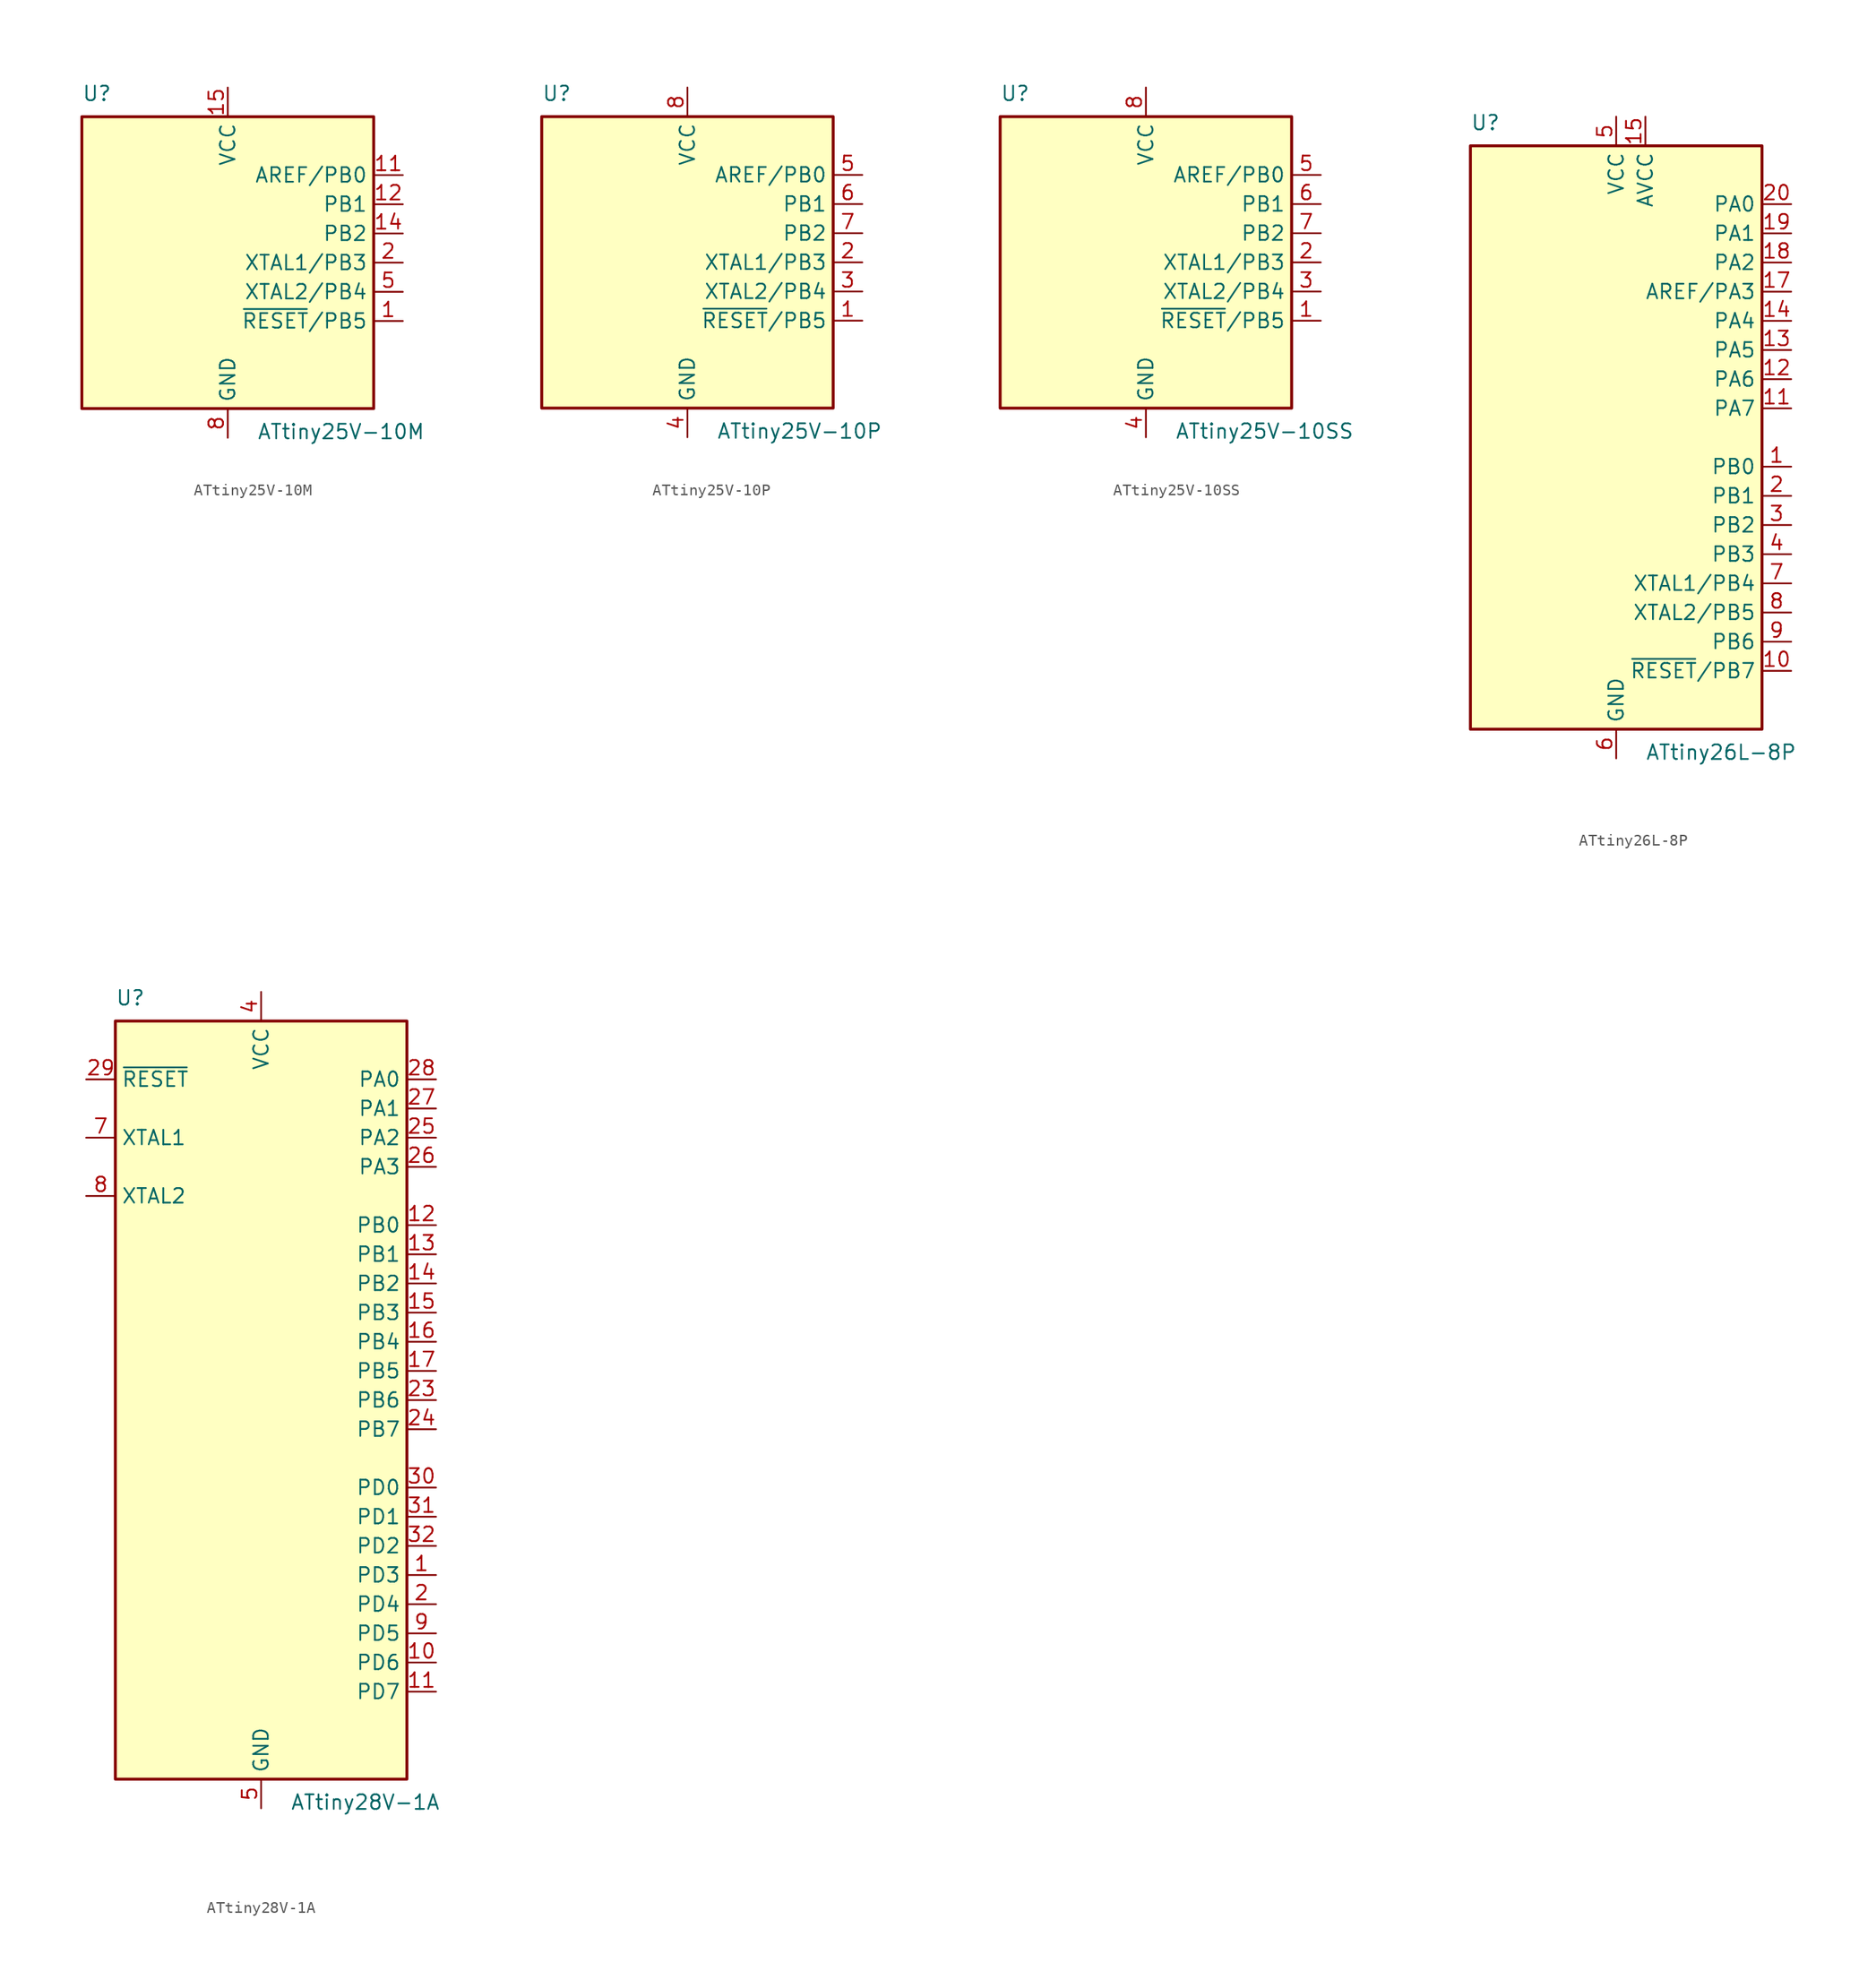
<source format=kicad_sym>
(kicad_symbol_lib
  (version 20211014)
  (generator kicad_symbol_editor)
  (symbol "ATtiny25V-10M"
    (property "Reference" "U"
      (at -12.7 13.97 0)
      (effects (font (size 1.27 1.27)) (justify left bottom)))
    (property "Value" "ATtiny25V-10M"
      (at 2.54 -13.97 0)
      (effects (font (size 1.27 1.27)) (justify left top)))
    (symbol "ATtiny25V-10M_0_1"
      (rectangle (start -12.7 -12.7) (end 12.7 12.7) (stroke (width 0.254) (type default) (color 0 0 0 0)) (fill (type background))))
    (symbol "ATtiny25V-10M_1_1"
      (pin bidirectional line (at 15.24 -5.08 180) (length 2.54) (name "~{RESET}/PB5" (effects (font (size 1.27 1.27)))) (number "1" (effects (font (size 1.27 1.27)))))
      (pin no_connect line (at -12.7 -2.54 0) (length 2.54) hide (name "NC" (effects (font (size 1.27 1.27)))) (number "10" (effects (font (size 1.27 1.27)))))
      (pin bidirectional line (at 15.24 7.62 180) (length 2.54) (name "AREF/PB0" (effects (font (size 1.27 1.27)))) (number "11" (effects (font (size 1.27 1.27)))))
      (pin bidirectional line (at 15.24 5.08 180) (length 2.54) (name "PB1" (effects (font (size 1.27 1.27)))) (number "12" (effects (font (size 1.27 1.27)))))
      (pin no_connect line (at -12.7 -5.08 0) (length 2.54) hide (name "NC" (effects (font (size 1.27 1.27)))) (number "13" (effects (font (size 1.27 1.27)))))
      (pin bidirectional line (at 15.24 2.54 180) (length 2.54) (name "PB2" (effects (font (size 1.27 1.27)))) (number "14" (effects (font (size 1.27 1.27)))))
      (pin power_in line (at 0 15.24 270) (length 2.54) (name "VCC" (effects (font (size 1.27 1.27)))) (number "15" (effects (font (size 1.27 1.27)))))
      (pin no_connect line (at -12.7 -7.62 0) (length 2.54) hide (name "NC" (effects (font (size 1.27 1.27)))) (number "16" (effects (font (size 1.27 1.27)))))
      (pin no_connect line (at -12.7 -10.16 0) (length 2.54) hide (name "NC" (effects (font (size 1.27 1.27)))) (number "17" (effects (font (size 1.27 1.27)))))
      (pin no_connect line (at -7.62 -12.7 90) (length 2.54) hide (name "NC" (effects (font (size 1.27 1.27)))) (number "18" (effects (font (size 1.27 1.27)))))
      (pin no_connect line (at -5.08 -12.7 90) (length 2.54) hide (name "NC" (effects (font (size 1.27 1.27)))) (number "19" (effects (font (size 1.27 1.27)))))
      (pin bidirectional line (at 15.24 0 180) (length 2.54) (name "XTAL1/PB3" (effects (font (size 1.27 1.27)))) (number "2" (effects (font (size 1.27 1.27)))))
      (pin no_connect line (at -2.54 -12.7 90) (length 2.54) hide (name "NC" (effects (font (size 1.27 1.27)))) (number "20" (effects (font (size 1.27 1.27)))))
      (pin passive line (at 0 -15.24 90) (length 2.54) hide (name "GND" (effects (font (size 1.27 1.27)))) (number "21" (effects (font (size 1.27 1.27)))))
      (pin no_connect line (at -12.7 10.16 0) (length 2.54) hide (name "NC" (effects (font (size 1.27 1.27)))) (number "3" (effects (font (size 1.27 1.27)))))
      (pin no_connect line (at -12.7 7.62 0) (length 2.54) hide (name "NC" (effects (font (size 1.27 1.27)))) (number "4" (effects (font (size 1.27 1.27)))))
      (pin bidirectional line (at 15.24 -2.54 180) (length 2.54) (name "XTAL2/PB4" (effects (font (size 1.27 1.27)))) (number "5" (effects (font (size 1.27 1.27)))))
      (pin no_connect line (at -12.7 5.08 0) (length 2.54) hide (name "NC" (effects (font (size 1.27 1.27)))) (number "6" (effects (font (size 1.27 1.27)))))
      (pin no_connect line (at -12.7 2.54 0) (length 2.54) hide (name "NC" (effects (font (size 1.27 1.27)))) (number "7" (effects (font (size 1.27 1.27)))))
      (pin power_in line (at 0 -15.24 90) (length 2.54) (name "GND" (effects (font (size 1.27 1.27)))) (number "8" (effects (font (size 1.27 1.27)))))
      (pin no_connect line (at -12.7 0 0) (length 2.54) hide (name "NC" (effects (font (size 1.27 1.27)))) (number "9" (effects (font (size 1.27 1.27)))))))
  (symbol "ATtiny25V-10P"
    (property "Reference" "U"
      (at -12.7 13.97 0)
      (effects (font (size 1.27 1.27)) (justify left bottom)))
    (property "Value" "ATtiny25V-10P"
      (at 2.54 -13.97 0)
      (effects (font (size 1.27 1.27)) (justify left top)))
    (symbol "ATtiny25V-10P_0_1"
      (rectangle (start -12.7 -12.7) (end 12.7 12.7) (stroke (width 0.254) (type default) (color 0 0 0 0)) (fill (type background))))
    (symbol "ATtiny25V-10P_1_1"
      (pin bidirectional line (at 15.24 -5.08 180) (length 2.54) (name "~{RESET}/PB5" (effects (font (size 1.27 1.27)))) (number "1" (effects (font (size 1.27 1.27)))))
      (pin bidirectional line (at 15.24 0 180) (length 2.54) (name "XTAL1/PB3" (effects (font (size 1.27 1.27)))) (number "2" (effects (font (size 1.27 1.27)))))
      (pin bidirectional line (at 15.24 -2.54 180) (length 2.54) (name "XTAL2/PB4" (effects (font (size 1.27 1.27)))) (number "3" (effects (font (size 1.27 1.27)))))
      (pin power_in line (at 0 -15.24 90) (length 2.54) (name "GND" (effects (font (size 1.27 1.27)))) (number "4" (effects (font (size 1.27 1.27)))))
      (pin bidirectional line (at 15.24 7.62 180) (length 2.54) (name "AREF/PB0" (effects (font (size 1.27 1.27)))) (number "5" (effects (font (size 1.27 1.27)))))
      (pin bidirectional line (at 15.24 5.08 180) (length 2.54) (name "PB1" (effects (font (size 1.27 1.27)))) (number "6" (effects (font (size 1.27 1.27)))))
      (pin bidirectional line (at 15.24 2.54 180) (length 2.54) (name "PB2" (effects (font (size 1.27 1.27)))) (number "7" (effects (font (size 1.27 1.27)))))
      (pin power_in line (at 0 15.24 270) (length 2.54) (name "VCC" (effects (font (size 1.27 1.27)))) (number "8" (effects (font (size 1.27 1.27)))))))
  (symbol "ATtiny25V-10SS"
    (property "Reference" "U"
      (at -12.7 13.97 0)
      (effects (font (size 1.27 1.27)) (justify left bottom)))
    (property "Value" "ATtiny25V-10SS"
      (at 2.54 -13.97 0)
      (effects (font (size 1.27 1.27)) (justify left top)))
    (symbol "ATtiny25V-10SS_0_1"
      (rectangle (start -12.7 -12.7) (end 12.7 12.7) (stroke (width 0.254) (type default) (color 0 0 0 0)) (fill (type background))))
    (symbol "ATtiny25V-10SS_1_1"
      (pin bidirectional line (at 15.24 -5.08 180) (length 2.54) (name "~{RESET}/PB5" (effects (font (size 1.27 1.27)))) (number "1" (effects (font (size 1.27 1.27)))))
      (pin bidirectional line (at 15.24 0 180) (length 2.54) (name "XTAL1/PB3" (effects (font (size 1.27 1.27)))) (number "2" (effects (font (size 1.27 1.27)))))
      (pin bidirectional line (at 15.24 -2.54 180) (length 2.54) (name "XTAL2/PB4" (effects (font (size 1.27 1.27)))) (number "3" (effects (font (size 1.27 1.27)))))
      (pin power_in line (at 0 -15.24 90) (length 2.54) (name "GND" (effects (font (size 1.27 1.27)))) (number "4" (effects (font (size 1.27 1.27)))))
      (pin bidirectional line (at 15.24 7.62 180) (length 2.54) (name "AREF/PB0" (effects (font (size 1.27 1.27)))) (number "5" (effects (font (size 1.27 1.27)))))
      (pin bidirectional line (at 15.24 5.08 180) (length 2.54) (name "PB1" (effects (font (size 1.27 1.27)))) (number "6" (effects (font (size 1.27 1.27)))))
      (pin bidirectional line (at 15.24 2.54 180) (length 2.54) (name "PB2" (effects (font (size 1.27 1.27)))) (number "7" (effects (font (size 1.27 1.27)))))
      (pin power_in line (at 0 15.24 270) (length 2.54) (name "VCC" (effects (font (size 1.27 1.27)))) (number "8" (effects (font (size 1.27 1.27)))))))
  (symbol "ATtiny26L-8P"
    (property "Reference" "U"
      (at -12.7 26.67 0)
      (effects (font (size 1.27 1.27)) (justify left bottom)))
    (property "Value" "ATtiny26L-8P"
      (at 2.54 -26.67 0)
      (effects (font (size 1.27 1.27)) (justify left top)))
    (symbol "ATtiny26L-8P_0_1"
      (rectangle (start -12.7 -25.4) (end 12.7 25.4) (stroke (width 0.254) (type default) (color 0 0 0 0)) (fill (type background))))
    (symbol "ATtiny26L-8P_1_1"
      (pin bidirectional line (at 15.24 -2.54 180) (length 2.54) (name "PB0" (effects (font (size 1.27 1.27)))) (number "1" (effects (font (size 1.27 1.27)))))
      (pin bidirectional line (at 15.24 -20.32 180) (length 2.54) (name "~{RESET}/PB7" (effects (font (size 1.27 1.27)))) (number "10" (effects (font (size 1.27 1.27)))))
      (pin bidirectional line (at 15.24 2.54 180) (length 2.54) (name "PA7" (effects (font (size 1.27 1.27)))) (number "11" (effects (font (size 1.27 1.27)))))
      (pin bidirectional line (at 15.24 5.08 180) (length 2.54) (name "PA6" (effects (font (size 1.27 1.27)))) (number "12" (effects (font (size 1.27 1.27)))))
      (pin bidirectional line (at 15.24 7.62 180) (length 2.54) (name "PA5" (effects (font (size 1.27 1.27)))) (number "13" (effects (font (size 1.27 1.27)))))
      (pin bidirectional line (at 15.24 10.16 180) (length 2.54) (name "PA4" (effects (font (size 1.27 1.27)))) (number "14" (effects (font (size 1.27 1.27)))))
      (pin power_in line (at 2.54 27.94 270) (length 2.54) (name "AVCC" (effects (font (size 1.27 1.27)))) (number "15" (effects (font (size 1.27 1.27)))))
      (pin passive line (at 0 -27.94 90) (length 2.54) hide (name "GND" (effects (font (size 1.27 1.27)))) (number "16" (effects (font (size 1.27 1.27)))))
      (pin bidirectional line (at 15.24 12.7 180) (length 2.54) (name "AREF/PA3" (effects (font (size 1.27 1.27)))) (number "17" (effects (font (size 1.27 1.27)))))
      (pin bidirectional line (at 15.24 15.24 180) (length 2.54) (name "PA2" (effects (font (size 1.27 1.27)))) (number "18" (effects (font (size 1.27 1.27)))))
      (pin bidirectional line (at 15.24 17.78 180) (length 2.54) (name "PA1" (effects (font (size 1.27 1.27)))) (number "19" (effects (font (size 1.27 1.27)))))
      (pin bidirectional line (at 15.24 -5.08 180) (length 2.54) (name "PB1" (effects (font (size 1.27 1.27)))) (number "2" (effects (font (size 1.27 1.27)))))
      (pin bidirectional line (at 15.24 20.32 180) (length 2.54) (name "PA0" (effects (font (size 1.27 1.27)))) (number "20" (effects (font (size 1.27 1.27)))))
      (pin bidirectional line (at 15.24 -7.62 180) (length 2.54) (name "PB2" (effects (font (size 1.27 1.27)))) (number "3" (effects (font (size 1.27 1.27)))))
      (pin bidirectional line (at 15.24 -10.16 180) (length 2.54) (name "PB3" (effects (font (size 1.27 1.27)))) (number "4" (effects (font (size 1.27 1.27)))))
      (pin power_in line (at 0 27.94 270) (length 2.54) (name "VCC" (effects (font (size 1.27 1.27)))) (number "5" (effects (font (size 1.27 1.27)))))
      (pin power_in line (at 0 -27.94 90) (length 2.54) (name "GND" (effects (font (size 1.27 1.27)))) (number "6" (effects (font (size 1.27 1.27)))))
      (pin bidirectional line (at 15.24 -12.7 180) (length 2.54) (name "XTAL1/PB4" (effects (font (size 1.27 1.27)))) (number "7" (effects (font (size 1.27 1.27)))))
      (pin bidirectional line (at 15.24 -15.24 180) (length 2.54) (name "XTAL2/PB5" (effects (font (size 1.27 1.27)))) (number "8" (effects (font (size 1.27 1.27)))))
      (pin bidirectional line (at 15.24 -17.78 180) (length 2.54) (name "PB6" (effects (font (size 1.27 1.27)))) (number "9" (effects (font (size 1.27 1.27)))))))
  (symbol "ATtiny28V-1A"
    (property "Reference" "U"
      (at -12.7 34.29 0)
      (effects (font (size 1.27 1.27)) (justify left bottom)))
    (property "Value" "ATtiny28V-1A"
      (at 2.54 -34.29 0)
      (effects (font (size 1.27 1.27)) (justify left top)))
    (symbol "ATtiny28V-1A_0_1"
      (rectangle (start -12.7 -33.02) (end 12.7 33.02) (stroke (width 0.254) (type default) (color 0 0 0 0)) (fill (type background))))
    (symbol "ATtiny28V-1A_1_1"
      (pin bidirectional line (at 15.24 -15.24 180) (length 2.54) (name "PD3" (effects (font (size 1.27 1.27)))) (number "1" (effects (font (size 1.27 1.27)))))
      (pin bidirectional line (at 15.24 -22.86 180) (length 2.54) (name "PD6" (effects (font (size 1.27 1.27)))) (number "10" (effects (font (size 1.27 1.27)))))
      (pin bidirectional line (at 15.24 -25.4 180) (length 2.54) (name "PD7" (effects (font (size 1.27 1.27)))) (number "11" (effects (font (size 1.27 1.27)))))
      (pin bidirectional line (at 15.24 15.24 180) (length 2.54) (name "PB0" (effects (font (size 1.27 1.27)))) (number "12" (effects (font (size 1.27 1.27)))))
      (pin bidirectional line (at 15.24 12.7 180) (length 2.54) (name "PB1" (effects (font (size 1.27 1.27)))) (number "13" (effects (font (size 1.27 1.27)))))
      (pin bidirectional line (at 15.24 10.16 180) (length 2.54) (name "PB2" (effects (font (size 1.27 1.27)))) (number "14" (effects (font (size 1.27 1.27)))))
      (pin bidirectional line (at 15.24 7.62 180) (length 2.54) (name "PB3" (effects (font (size 1.27 1.27)))) (number "15" (effects (font (size 1.27 1.27)))))
      (pin bidirectional line (at 15.24 5.08 180) (length 2.54) (name "PB4" (effects (font (size 1.27 1.27)))) (number "16" (effects (font (size 1.27 1.27)))))
      (pin bidirectional line (at 15.24 2.54 180) (length 2.54) (name "PB5" (effects (font (size 1.27 1.27)))) (number "17" (effects (font (size 1.27 1.27)))))
      (pin passive line (at 0 35.56 270) (length 2.54) hide (name "VCC" (effects (font (size 1.27 1.27)))) (number "18" (effects (font (size 1.27 1.27)))))
      (pin no_connect line (at -12.7 -25.4 0) (length 2.54) hide (name "NC" (effects (font (size 1.27 1.27)))) (number "19" (effects (font (size 1.27 1.27)))))
      (pin bidirectional line (at 15.24 -17.78 180) (length 2.54) (name "PD4" (effects (font (size 1.27 1.27)))) (number "2" (effects (font (size 1.27 1.27)))))
      (pin no_connect line (at -12.7 -27.94 0) (length 2.54) hide (name "NC" (effects (font (size 1.27 1.27)))) (number "20" (effects (font (size 1.27 1.27)))))
      (pin passive line (at 0 -35.56 90) (length 2.54) hide (name "GND" (effects (font (size 1.27 1.27)))) (number "21" (effects (font (size 1.27 1.27)))))
      (pin no_connect line (at -12.7 -30.48 0) (length 2.54) hide (name "NC" (effects (font (size 1.27 1.27)))) (number "22" (effects (font (size 1.27 1.27)))))
      (pin bidirectional line (at 15.24 0 180) (length 2.54) (name "PB6" (effects (font (size 1.27 1.27)))) (number "23" (effects (font (size 1.27 1.27)))))
      (pin bidirectional line (at 15.24 -2.54 180) (length 2.54) (name "PB7" (effects (font (size 1.27 1.27)))) (number "24" (effects (font (size 1.27 1.27)))))
      (pin bidirectional line (at 15.24 22.86 180) (length 2.54) (name "PA2" (effects (font (size 1.27 1.27)))) (number "25" (effects (font (size 1.27 1.27)))))
      (pin bidirectional line (at 15.24 20.32 180) (length 2.54) (name "PA3" (effects (font (size 1.27 1.27)))) (number "26" (effects (font (size 1.27 1.27)))))
      (pin bidirectional line (at 15.24 25.4 180) (length 2.54) (name "PA1" (effects (font (size 1.27 1.27)))) (number "27" (effects (font (size 1.27 1.27)))))
      (pin bidirectional line (at 15.24 27.94 180) (length 2.54) (name "PA0" (effects (font (size 1.27 1.27)))) (number "28" (effects (font (size 1.27 1.27)))))
      (pin input line (at -15.24 27.94 0) (length 2.54) (name "~{RESET}" (effects (font (size 1.27 1.27)))) (number "29" (effects (font (size 1.27 1.27)))))
      (pin no_connect line (at -12.7 -20.32 0) (length 2.54) hide (name "NC" (effects (font (size 1.27 1.27)))) (number "3" (effects (font (size 1.27 1.27)))))
      (pin bidirectional line (at 15.24 -7.62 180) (length 2.54) (name "PD0" (effects (font (size 1.27 1.27)))) (number "30" (effects (font (size 1.27 1.27)))))
      (pin bidirectional line (at 15.24 -10.16 180) (length 2.54) (name "PD1" (effects (font (size 1.27 1.27)))) (number "31" (effects (font (size 1.27 1.27)))))
      (pin bidirectional line (at 15.24 -12.7 180) (length 2.54) (name "PD2" (effects (font (size 1.27 1.27)))) (number "32" (effects (font (size 1.27 1.27)))))
      (pin power_in line (at 0 35.56 270) (length 2.54) (name "VCC" (effects (font (size 1.27 1.27)))) (number "4" (effects (font (size 1.27 1.27)))))
      (pin power_in line (at 0 -35.56 90) (length 2.54) (name "GND" (effects (font (size 1.27 1.27)))) (number "5" (effects (font (size 1.27 1.27)))))
      (pin no_connect line (at -12.7 -22.86 0) (length 2.54) hide (name "NC" (effects (font (size 1.27 1.27)))) (number "6" (effects (font (size 1.27 1.27)))))
      (pin input line (at -15.24 22.86 0) (length 2.54) (name "XTAL1" (effects (font (size 1.27 1.27)))) (number "7" (effects (font (size 1.27 1.27)))))
      (pin output line (at -15.24 17.78 0) (length 2.54) (name "XTAL2" (effects (font (size 1.27 1.27)))) (number "8" (effects (font (size 1.27 1.27)))))
      (pin bidirectional line (at 15.24 -20.32 180) (length 2.54) (name "PD5" (effects (font (size 1.27 1.27)))) (number "9" (effects (font (size 1.27 1.27))))))))
</source>
